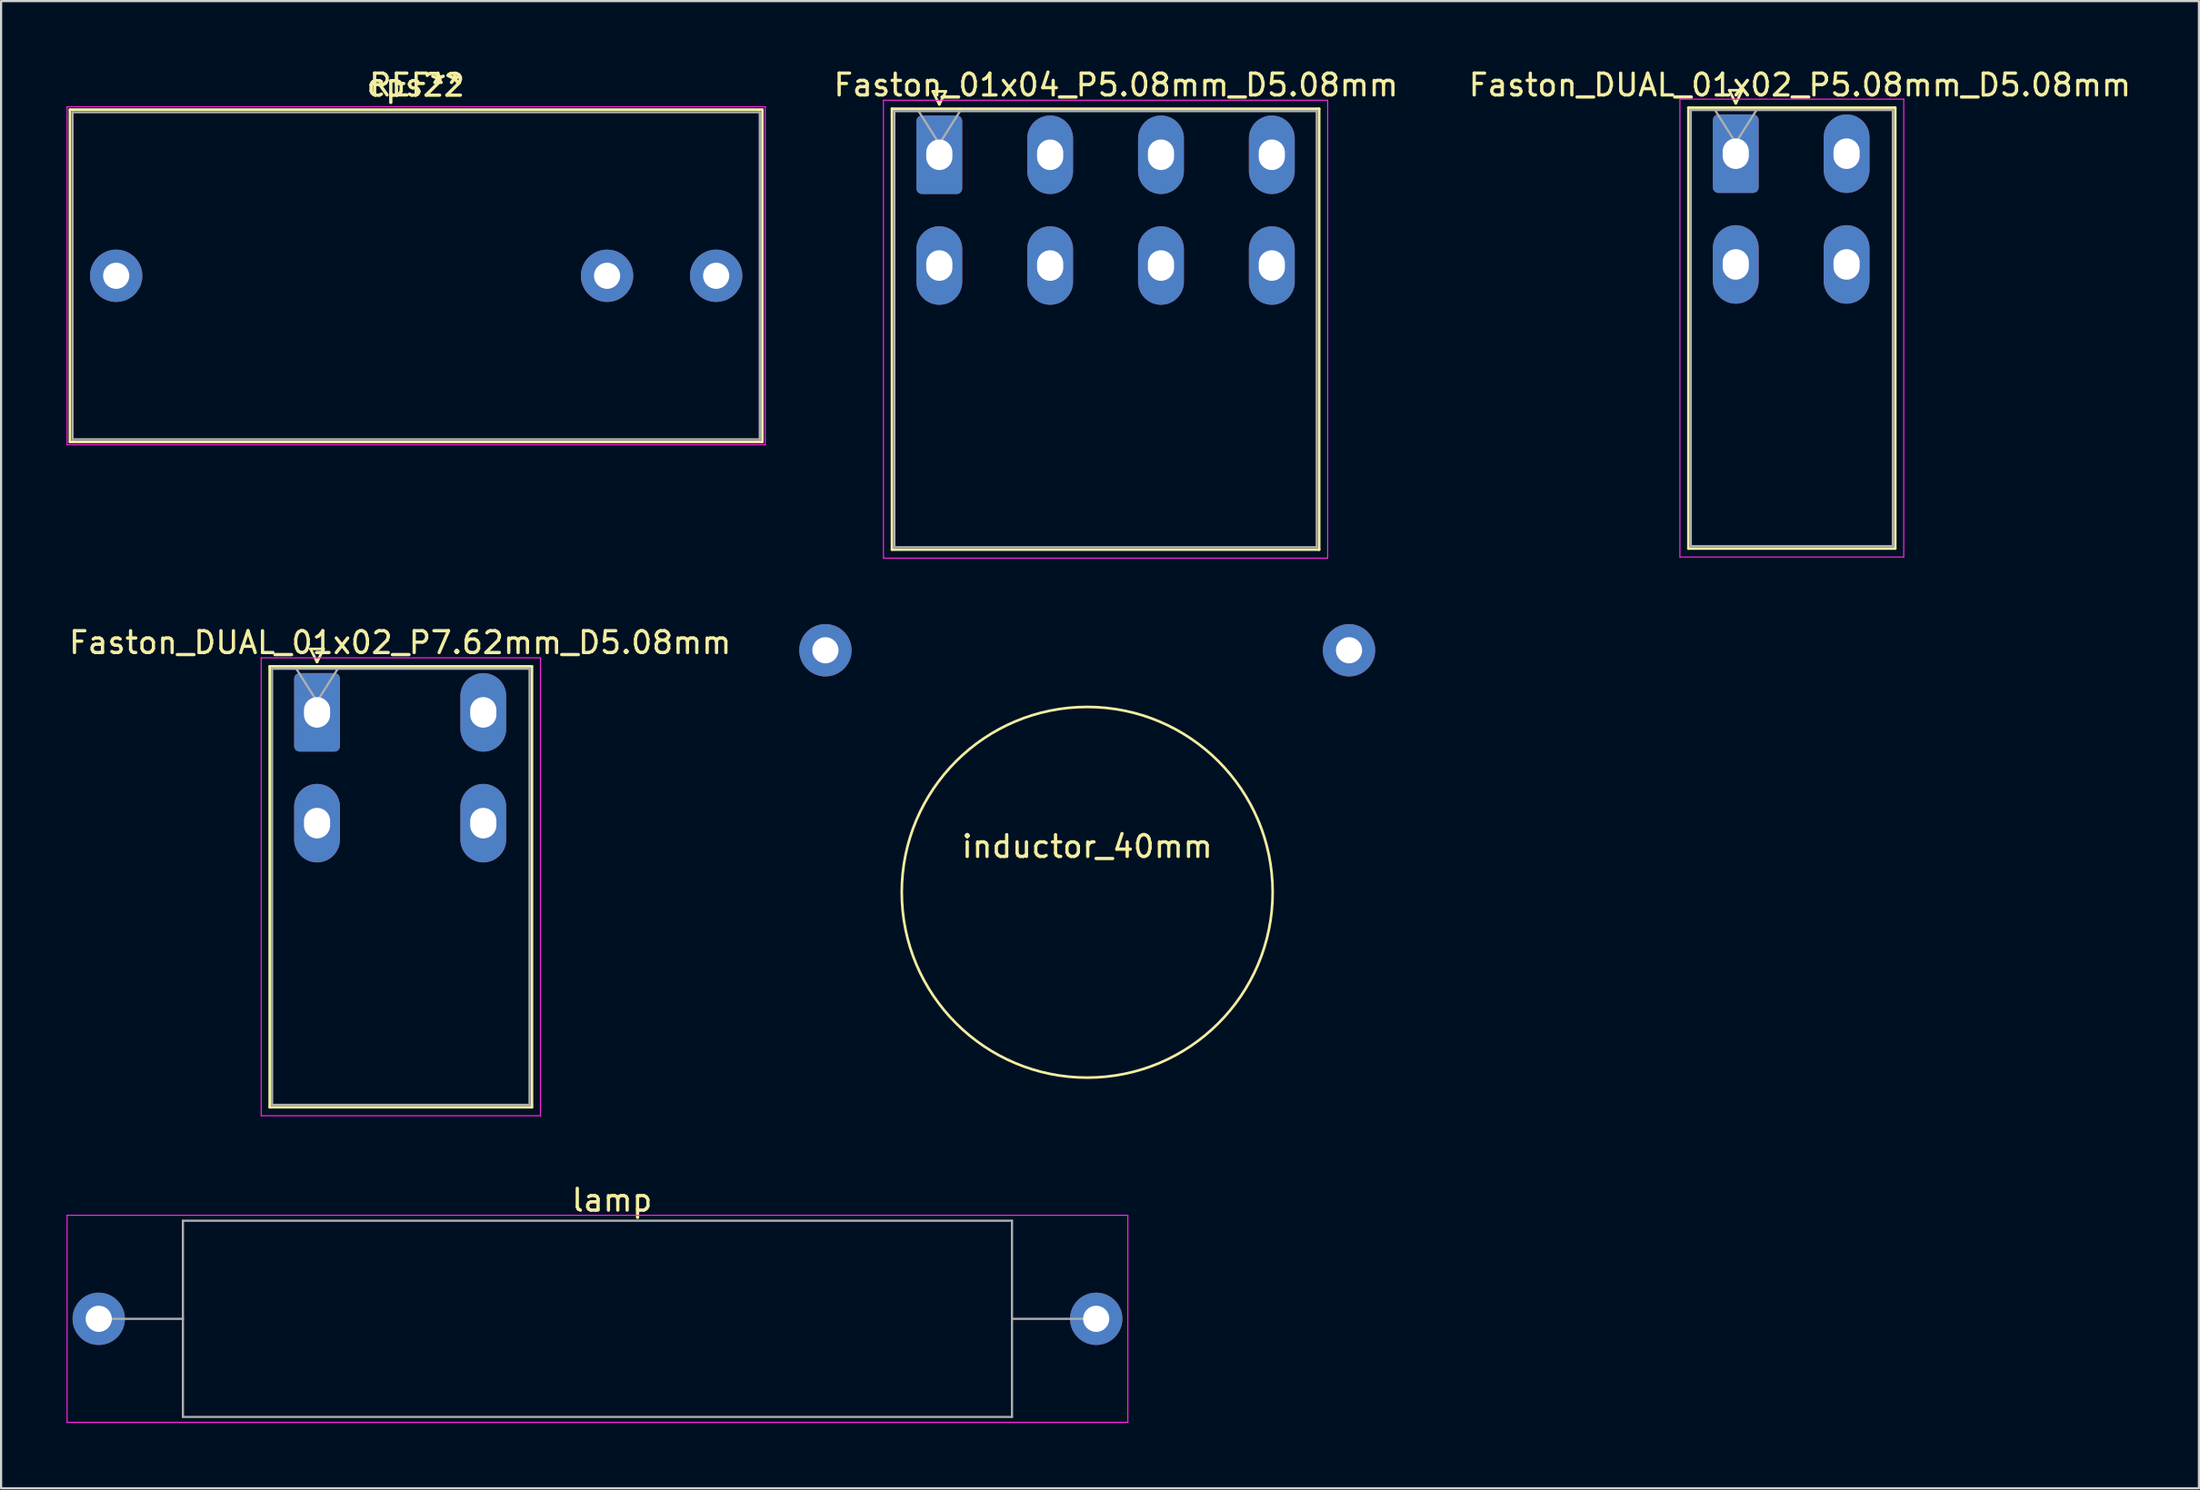
<source format=kicad_pcb>
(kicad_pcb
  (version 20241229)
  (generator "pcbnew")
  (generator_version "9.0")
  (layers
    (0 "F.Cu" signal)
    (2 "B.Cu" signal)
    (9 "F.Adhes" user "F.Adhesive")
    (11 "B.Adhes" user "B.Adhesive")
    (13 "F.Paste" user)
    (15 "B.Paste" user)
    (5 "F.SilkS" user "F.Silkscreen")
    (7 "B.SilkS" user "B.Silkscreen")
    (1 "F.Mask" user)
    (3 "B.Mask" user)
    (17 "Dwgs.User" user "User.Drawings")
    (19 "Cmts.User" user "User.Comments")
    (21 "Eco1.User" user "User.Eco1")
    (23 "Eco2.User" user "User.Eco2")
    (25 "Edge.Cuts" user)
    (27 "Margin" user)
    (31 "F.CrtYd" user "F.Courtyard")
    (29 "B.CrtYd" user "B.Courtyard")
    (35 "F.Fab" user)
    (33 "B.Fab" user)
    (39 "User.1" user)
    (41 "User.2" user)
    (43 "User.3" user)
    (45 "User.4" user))
  (footprint "Faston_DUAL_01x02_P7.62mm_D5.08mm"
    (layer "F.Cu")
    (at 11.482 29.622)
    (property "Reference" "Faston_DUAL_01x02_P7.62mm_D5.08mm" (at 3.81 -3.2 0) (layer "F.SilkS") (effects (font (size 1 1) (thickness 0.15))))
    (attr through_hole)
    (fp_line (start -2.17 -2.11) (end -2.17 18.11) (stroke (width 0.12) (type solid)) (layer "F.SilkS"))
    (fp_line (start -2.17 18.11) (end 9.85 18.11) (stroke (width 0.12) (type solid)) (layer "F.SilkS"))
    (fp_line (start -0.3 -2.91) (end 0.3 -2.91) (stroke (width 0.12) (type solid)) (layer "F.SilkS"))
    (fp_line (start 0 -2.31) (end -0.3 -2.91) (stroke (width 0.12) (type solid)) (layer "F.SilkS"))
    (fp_line (start 0.3 -2.91) (end 0 -2.31) (stroke (width 0.12) (type solid)) (layer "F.SilkS"))
    (fp_line (start 9.85 -2.11) (end -2.17 -2.11) (stroke (width 0.12) (type solid)) (layer "F.SilkS"))
    (fp_line (start 9.85 18.11) (end 9.85 -2.11) (stroke (width 0.12) (type solid)) (layer "F.SilkS"))
    (fp_line (start -2.56 -2.5) (end -2.56 18.5) (stroke (width 0.05) (type solid)) (layer "F.CrtYd"))
    (fp_line (start -2.56 18.5) (end 10.24 18.5) (stroke (width 0.05) (type solid)) (layer "F.CrtYd"))
    (fp_line (start 10.24 -2.5) (end -2.56 -2.5) (stroke (width 0.05) (type solid)) (layer "F.CrtYd"))
    (fp_line (start 10.24 18.5) (end 10.24 -2.5) (stroke (width 0.05) (type solid)) (layer "F.CrtYd"))
    (fp_line (start -2.06 -2) (end -2.06 18) (stroke (width 0.1) (type solid)) (layer "F.Fab"))
    (fp_line (start -2.06 18) (end 9.74 18) (stroke (width 0.1) (type solid)) (layer "F.Fab"))
    (fp_line (start 0 -0.5) (end -0.95 -2) (stroke (width 0.1) (type solid)) (layer "F.Fab"))
    (fp_line (start 0.95 -2) (end 0 -0.5) (stroke (width 0.1) (type solid)) (layer "F.Fab"))
    (fp_line (start 9.74 -2) (end -2.06 -2) (stroke (width 0.1) (type solid)) (layer "F.Fab"))
    (fp_line (start 9.74 18) (end 9.74 -2) (stroke (width 0.1) (type solid)) (layer "F.Fab"))
    (pad "1" thru_hole roundrect (at 0 0) (size 2.1 3.6) (drill oval 1.2 1.4) (layers "*.Cu" "*.Mask") (roundrect_rratio 0.119))
    (pad "1" thru_hole oval (at 0 5.08) (size 2.1 3.6) (drill oval 1.2 1.4) (layers "*.Cu" "*.Mask"))
    (pad "2" thru_hole oval (at 7.62 0) (size 2.1 3.6) (drill oval 1.2 1.4) (layers "*.Cu" "*.Mask"))
    (pad "2" thru_hole oval (at 7.62 5.08) (size 2.1 3.6) (drill oval 1.2 1.4) (layers "*.Cu" "*.Mask")))
  (footprint "Faston_DUAL_01x02_P5.08mm_D5.08mm"
    (layer "F.Cu")
    (at 76.509 3.998)
    (property "Reference" "Faston_DUAL_01x02_P5.08mm_D5.08mm" (at 2.94 -3.15 0) (layer "F.SilkS") (effects (font (size 1 1) (thickness 0.15))))
    (attr through_hole)
    (fp_line (start -2.17 -2.11) (end -2.17 18.11) (stroke (width 0.12) (type solid)) (layer "F.SilkS"))
    (fp_line (start -2.17 18.11) (end 7.31 18.11) (stroke (width 0.12) (type solid)) (layer "F.SilkS"))
    (fp_line (start -0.3 -2.91) (end 0.3 -2.91) (stroke (width 0.12) (type solid)) (layer "F.SilkS"))
    (fp_line (start 0 -2.31) (end -0.3 -2.91) (stroke (width 0.12) (type solid)) (layer "F.SilkS"))
    (fp_line (start 0.3 -2.91) (end 0 -2.31) (stroke (width 0.12) (type solid)) (layer "F.SilkS"))
    (fp_line (start 7.31 -2.11) (end -2.17 -2.11) (stroke (width 0.12) (type solid)) (layer "F.SilkS"))
    (fp_line (start 7.31 18.11) (end 7.31 -2.11) (stroke (width 0.12) (type solid)) (layer "F.SilkS"))
    (fp_line (start -2.56 -2.5) (end -2.56 18.5) (stroke (width 0.05) (type solid)) (layer "F.CrtYd"))
    (fp_line (start -2.56 18.5) (end 7.7 18.5) (stroke (width 0.05) (type solid)) (layer "F.CrtYd"))
    (fp_line (start 7.7 -2.5) (end -2.56 -2.5) (stroke (width 0.05) (type solid)) (layer "F.CrtYd"))
    (fp_line (start 7.7 18.5) (end 7.7 -2.5) (stroke (width 0.05) (type solid)) (layer "F.CrtYd"))
    (fp_line (start -2.06 -2) (end -2.06 18) (stroke (width 0.1) (type solid)) (layer "F.Fab"))
    (fp_line (start -2.06 18) (end 7.2 18) (stroke (width 0.1) (type solid)) (layer "F.Fab"))
    (fp_line (start 0 -0.5) (end -0.95 -2) (stroke (width 0.1) (type solid)) (layer "F.Fab"))
    (fp_line (start 0.95 -2) (end 0 -0.5) (stroke (width 0.1) (type solid)) (layer "F.Fab"))
    (fp_line (start 7.2 -2) (end -2.06 -2) (stroke (width 0.1) (type solid)) (layer "F.Fab"))
    (fp_line (start 7.2 18) (end 7.2 -2) (stroke (width 0.1) (type solid)) (layer "F.Fab"))
    (pad "1" thru_hole roundrect (at 0 0) (size 2.1 3.6) (drill oval 1.2 1.4) (layers "*.Cu" "*.Mask") (roundrect_rratio 0.119))
    (pad "1" thru_hole oval (at 0 5.08) (size 2.1 3.6) (drill oval 1.2 1.4) (layers "*.Cu" "*.Mask"))
    (pad "2" thru_hole oval (at 5.08 0) (size 2.1 3.6) (drill oval 1.2 1.4) (layers "*.Cu" "*.Mask"))
    (pad "2" thru_hole oval (at 5.08 5.08) (size 2.1 3.6) (drill oval 1.2 1.4) (layers "*.Cu" "*.Mask")))
  (footprint "cps22"
    (layer "F.Cu")
    (at 2.275 9.598)
    (property "Reference" "cps22" (at 13.73 -8.74 0) (layer "F.SilkS") (effects (font (size 1 1) (thickness 0.15))))
    (attr through_hole)
    (fp_line (start -2.12 -7.62) (end -2.12 7.62) (stroke (width 0.12) (type solid)) (layer "F.SilkS"))
    (fp_line (start -2.12 -7.62) (end 29.62 -7.62) (stroke (width 0.12) (type solid)) (layer "F.SilkS"))
    (fp_line (start -2.12 7.62) (end 29.62 7.62) (stroke (width 0.12) (type solid)) (layer "F.SilkS"))
    (fp_line (start 29.62 -7.62) (end 29.62 7.62) (stroke (width 0.12) (type solid)) (layer "F.SilkS"))
    (fp_line (start -2.25 -7.75) (end -2.25 7.75) (stroke (width 0.05) (type solid)) (layer "F.CrtYd"))
    (fp_line (start -2.25 7.75) (end 29.75 7.75) (stroke (width 0.05) (type solid)) (layer "F.CrtYd"))
    (fp_line (start 29.75 -7.75) (end -2.25 -7.75) (stroke (width 0.05) (type solid)) (layer "F.CrtYd"))
    (fp_line (start 29.75 7.75) (end 29.75 -7.75) (stroke (width 0.05) (type solid)) (layer "F.CrtYd"))
    (fp_line (start -2 -7.5) (end -2 7.5) (stroke (width 0.1) (type solid)) (layer "F.Fab"))
    (fp_line (start -2 7.5) (end 29.5 7.5) (stroke (width 0.1) (type solid)) (layer "F.Fab"))
    (fp_line (start 29.5 -7.5) (end -2 -7.5) (stroke (width 0.1) (type solid)) (layer "F.Fab"))
    (fp_line (start 29.5 7.5) (end 29.5 -7.5) (stroke (width 0.1) (type solid)) (layer "F.Fab"))
    (fp_text user "REF**" (at 13.75 -8.75 0) (layer "F.SilkS") (effects (font (size 1 1) (thickness 0.15))))
    (pad "1" thru_hole circle (at 0 0) (size 2.4 2.4) (drill 1.2) (layers "*.Cu" "*.Mask"))
    (pad "2" thru_hole circle (at 22.5 0) (size 2.4 2.4) (drill 1.2) (layers "*.Cu" "*.Mask"))
    (pad "2" thru_hole circle (at 27.5 0) (size 2.4 2.4) (drill 1.2) (layers "*.Cu" "*.Mask")))
  (footprint "lamp"
    (layer "F.Cu")
    (at 1.475 57.435)
    (property "Reference" "lamp" (at 23.53 -5.44 0) (layer "F.SilkS") (effects (font (size 1 1) (thickness 0.15))))
    (attr through_hole)
    (fp_line (start -1.45 -4.75) (end -1.45 4.75) (stroke (width 0.05) (type solid)) (layer "F.CrtYd"))
    (fp_line (start -1.45 4.75) (end 47.17 4.75) (stroke (width 0.05) (type solid)) (layer "F.CrtYd"))
    (fp_line (start 47.17 -4.75) (end -1.45 -4.75) (stroke (width 0.05) (type solid)) (layer "F.CrtYd"))
    (fp_line (start 47.17 4.75) (end 47.17 -4.75) (stroke (width 0.05) (type solid)) (layer "F.CrtYd"))
    (fp_line (start 0 0) (end 3.86 0) (stroke (width 0.1) (type solid)) (layer "F.Fab"))
    (fp_line (start 3.86 -4.5) (end 3.86 4.5) (stroke (width 0.1) (type solid)) (layer "F.Fab"))
    (fp_line (start 3.86 4.5) (end 41.86 4.5) (stroke (width 0.1) (type solid)) (layer "F.Fab"))
    (fp_line (start 41.86 -4.5) (end 3.86 -4.5) (stroke (width 0.1) (type solid)) (layer "F.Fab"))
    (fp_line (start 41.86 4.5) (end 41.86 -4.5) (stroke (width 0.1) (type solid)) (layer "F.Fab"))
    (fp_line (start 45.72 0) (end 41.86 0) (stroke (width 0.1) (type solid)) (layer "F.Fab"))
    (pad "1" thru_hole circle (at 0 0) (size 2.4 2.4) (drill 1.2) (layers "*.Cu" "*.Mask"))
    (pad "2" thru_hole oval (at 45.72 0) (size 2.4 2.4) (drill 1.2) (layers "*.Cu" "*.Mask")))
  (footprint "Faston_01x04_P5.08mm_D5.08mm"
    (layer "F.Cu")
    (at 40.004 4.048)
    (property "Reference" "Faston_01x04_P5.08mm_D5.08mm" (at 8.1 -3.2 0) (layer "F.SilkS") (effects (font (size 1 1) (thickness 0.15))))
    (attr through_hole)
    (fp_line (start -2.17 -2.11) (end -2.17 18.11) (stroke (width 0.12) (type solid)) (layer "F.SilkS"))
    (fp_line (start -2.17 18.11) (end 17.41 18.11) (stroke (width 0.12) (type solid)) (layer "F.SilkS"))
    (fp_line (start -0.3 -2.91) (end 0.3 -2.91) (stroke (width 0.12) (type solid)) (layer "F.SilkS"))
    (fp_line (start 0 -2.31) (end -0.3 -2.91) (stroke (width 0.12) (type solid)) (layer "F.SilkS"))
    (fp_line (start 0.3 -2.91) (end 0 -2.31) (stroke (width 0.12) (type solid)) (layer "F.SilkS"))
    (fp_line (start 17.41 -2.11) (end -2.17 -2.11) (stroke (width 0.12) (type solid)) (layer "F.SilkS"))
    (fp_line (start 17.41 18.11) (end 17.41 -2.11) (stroke (width 0.12) (type solid)) (layer "F.SilkS"))
    (fp_line (start -2.56 -2.5) (end -2.56 18.5) (stroke (width 0.05) (type solid)) (layer "F.CrtYd"))
    (fp_line (start -2.56 18.5) (end 17.8 18.5) (stroke (width 0.05) (type solid)) (layer "F.CrtYd"))
    (fp_line (start 17.8 -2.5) (end -2.56 -2.5) (stroke (width 0.05) (type solid)) (layer "F.CrtYd"))
    (fp_line (start 17.8 18.5) (end 17.8 -2.5) (stroke (width 0.05) (type solid)) (layer "F.CrtYd"))
    (fp_line (start -2.06 -2) (end -2.06 18) (stroke (width 0.1) (type solid)) (layer "F.Fab"))
    (fp_line (start -2.06 18) (end 17.3 18) (stroke (width 0.1) (type solid)) (layer "F.Fab"))
    (fp_line (start 0 -0.5) (end -0.95 -2) (stroke (width 0.1) (type solid)) (layer "F.Fab"))
    (fp_line (start 0.95 -2) (end 0 -0.5) (stroke (width 0.1) (type solid)) (layer "F.Fab"))
    (fp_line (start 17.3 -2) (end -2.06 -2) (stroke (width 0.1) (type solid)) (layer "F.Fab"))
    (fp_line (start 17.3 18) (end 17.3 -2) (stroke (width 0.1) (type solid)) (layer "F.Fab"))
    (pad "1" thru_hole roundrect (at 0 0) (size 2.1 3.6) (drill oval 1.2 1.4) (layers "*.Cu" "*.Mask") (roundrect_rratio 0.119))
    (pad "1" thru_hole oval (at 0 5.08) (size 2.1 3.6) (drill oval 1.2 1.4) (layers "*.Cu" "*.Mask"))
    (pad "2" thru_hole oval (at 5.08 0) (size 2.1 3.6) (drill oval 1.2 1.4) (layers "*.Cu" "*.Mask"))
    (pad "2" thru_hole oval (at 5.08 5.08) (size 2.1 3.6) (drill oval 1.2 1.4) (layers "*.Cu" "*.Mask"))
    (pad "3" thru_hole oval (at 10.16 0) (size 2.1 3.6) (drill oval 1.2 1.4) (layers "*.Cu" "*.Mask"))
    (pad "3" thru_hole oval (at 10.16 5.08) (size 2.1 3.6) (drill oval 1.2 1.4) (layers "*.Cu" "*.Mask"))
    (pad "4" thru_hole oval (at 15.24 0) (size 2.1 3.6) (drill oval 1.2 1.4) (layers "*.Cu" "*.Mask"))
    (pad "4" thru_hole oval (at 15.24 5.08) (size 2.1 3.6) (drill oval 1.2 1.4) (layers "*.Cu" "*.Mask")))
  (footprint "inductor_40mm"
    (layer "F.Cu")
    (at 46.783 37.773)
    (property "Reference" "inductor_40mm" (at 0 -2 0) (layer "F.SilkS") (effects (font (size 1 1) (thickness 0.15))))
    (attr through_hole)
    (fp_circle (center 0 0.1) (end 8.5 0.1) (stroke (width 0.12) (type solid)) (fill no) (layer "F.SilkS"))
    (pad "1" thru_hole circle (at -12 -11) (size 2.4 2.4) (drill 1.2) (layers "*.Cu" "*.Mask"))
    (pad "2" thru_hole circle (at 12 -11) (size 2.4 2.4) (drill 1.2) (layers "*.Cu" "*.Mask")))
  (gr_rect
    (start -3 -3)
    (end 97.74 65.21)
    (stroke (width 0.1) (type default))
    (fill no)
    (layer "Edge.Cuts")))
</source>
